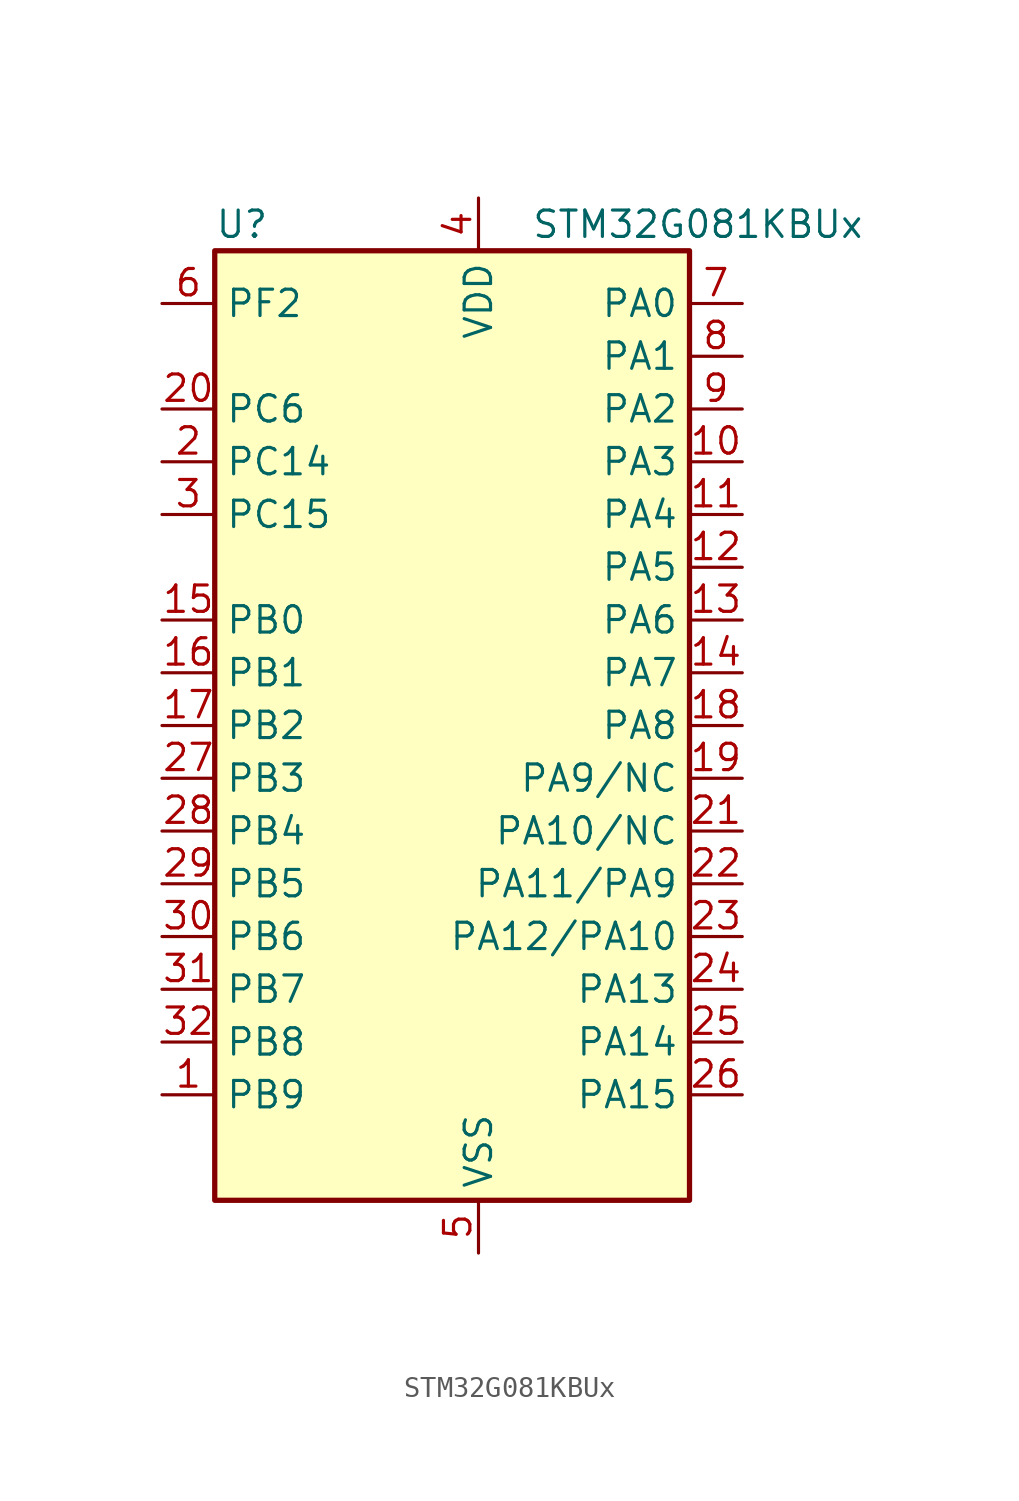
<source format=kicad_sym>
(kicad_symbol_lib
  (version 20211014)
  (generator kicad-library-utils)
  (symbol "STM32G081KBUx"
    (property "Reference" "U"
      (at -10.16 24.13 0)
      (effects (font (size 1.27 1.27)) (justify left)))
    (property "Value" "STM32G081KBUx"
      (at 5.08 24.13 0)
      (effects (font (size 1.27 1.27)) (justify left)))
    (property "ki_fp_filters" "QFN*1EP*5x5mm*P0.5mm*"
      (at 0.0 0.0 0.0)
      (effects (font (size 1.27 1.27))))
    (symbol "STM32G081KBUx_0_1"
      (rectangle (start -10.16 -22.86) (end 12.7 22.86) (stroke (width 0.254)) (fill (type background))))
    (symbol "STM32G081KBUx_1_1"
      (pin bidirectional line (at -12.7 20.32 0) (length 2.54) (name "PF2" (effects (font (size 1.27 1.27)))) (number "6" (effects (font (size 1.27 1.27)))) (alternate "RCC_MCO" bidirectional line))
      (pin bidirectional line (at -12.7 15.24 0) (length 2.54) (name "PC6" (effects (font (size 1.27 1.27)))) (number "20" (effects (font (size 1.27 1.27)))) (alternate "TIM2_CH3" bidirectional line) (alternate "TIM3_CH1" bidirectional line) (alternate "UCPD1_FRSTX1" bidirectional line) (alternate "UCPD1_FRSTX2" bidirectional line))
      (pin bidirectional line (at -12.7 12.7 0) (length 2.54) (name "PC14" (effects (font (size 1.27 1.27)))) (number "2" (effects (font (size 1.27 1.27)))) (alternate "RCC_OSC32_IN" bidirectional line) (alternate "RCC_OSC_IN" bidirectional line) (alternate "TIM1_BK2" bidirectional line))
      (pin bidirectional line (at -12.7 10.16 0) (length 2.54) (name "PC15" (effects (font (size 1.27 1.27)))) (number "3" (effects (font (size 1.27 1.27)))) (alternate "RCC_OSC32_EN" bidirectional line) (alternate "RCC_OSC32_OUT" bidirectional line) (alternate "RCC_OSC_EN" bidirectional line) (alternate "TIM15_BK" bidirectional line))
      (pin bidirectional line (at -12.7 5.08 0) (length 2.54) (name "PB0" (effects (font (size 1.27 1.27)))) (number "15" (effects (font (size 1.27 1.27)))) (alternate "ADC1_IN8" bidirectional line) (alternate "COMP1_OUT" bidirectional line) (alternate "I2S1_WS" bidirectional line) (alternate "LPTIM1_OUT" bidirectional line) (alternate "SPI1_NSS" bidirectional line) (alternate "TIM1_CH2N" bidirectional line) (alternate "TIM3_CH3" bidirectional line) (alternate "UCPD1_FRSTX1" bidirectional line) (alternate "UCPD1_FRSTX2" bidirectional line) (alternate "USART3_RX" bidirectional line))
      (pin bidirectional line (at -12.7 2.54 0) (length 2.54) (name "PB1" (effects (font (size 1.27 1.27)))) (number "16" (effects (font (size 1.27 1.27)))) (alternate "ADC1_IN9" bidirectional line) (alternate "COMP1_INM" bidirectional line) (alternate "LPTIM2_IN1" bidirectional line) (alternate "LPUART1_DE" bidirectional line) (alternate "LPUART1_RTS" bidirectional line) (alternate "TIM14_CH1" bidirectional line) (alternate "TIM1_CH3N" bidirectional line) (alternate "TIM3_CH4" bidirectional line) (alternate "USART3_CK" bidirectional line) (alternate "USART3_DE" bidirectional line) (alternate "USART3_RTS" bidirectional line))
      (pin bidirectional line (at -12.7 0.0 0) (length 2.54) (name "PB2" (effects (font (size 1.27 1.27)))) (number "17" (effects (font (size 1.27 1.27)))) (alternate "ADC1_IN10" bidirectional line) (alternate "COMP1_INP" bidirectional line) (alternate "LPTIM1_OUT" bidirectional line) (alternate "SPI2_MISO" bidirectional line) (alternate "USART3_TX" bidirectional line))
      (pin bidirectional line (at -12.7 -2.54 0) (length 2.54) (name "PB3" (effects (font (size 1.27 1.27)))) (number "27" (effects (font (size 1.27 1.27)))) (alternate "COMP2_INM" bidirectional line) (alternate "I2S1_CK" bidirectional line) (alternate "SPI1_SCK" bidirectional line) (alternate "TIM1_CH2" bidirectional line) (alternate "TIM2_CH2" bidirectional line) (alternate "USART1_CK" bidirectional line) (alternate "USART1_DE" bidirectional line) (alternate "USART1_RTS" bidirectional line))
      (pin bidirectional line (at -12.7 -5.08 0) (length 2.54) (name "PB4" (effects (font (size 1.27 1.27)))) (number "28" (effects (font (size 1.27 1.27)))) (alternate "COMP2_INP" bidirectional line) (alternate "I2S1_MCK" bidirectional line) (alternate "SPI1_MISO" bidirectional line) (alternate "TIM17_BK" bidirectional line) (alternate "TIM3_CH1" bidirectional line) (alternate "USART1_CTS" bidirectional line) (alternate "USART1_NSS" bidirectional line))
      (pin bidirectional line (at -12.7 -7.62 0) (length 2.54) (name "PB5" (effects (font (size 1.27 1.27)))) (number "29" (effects (font (size 1.27 1.27)))) (alternate "COMP2_OUT" bidirectional line) (alternate "I2C1_SMBA" bidirectional line) (alternate "I2S1_SD" bidirectional line) (alternate "LPTIM1_IN1" bidirectional line) (alternate "SPI1_MOSI" bidirectional line) (alternate "SYS_WKUP6" bidirectional line) (alternate "TIM16_BK" bidirectional line) (alternate "TIM3_CH2" bidirectional line))
      (pin bidirectional line (at -12.7 -10.16 0) (length 2.54) (name "PB6" (effects (font (size 1.27 1.27)))) (number "30" (effects (font (size 1.27 1.27)))) (alternate "COMP2_INP" bidirectional line) (alternate "I2C1_SCL" bidirectional line) (alternate "LPTIM1_ETR" bidirectional line) (alternate "SPI2_MISO" bidirectional line) (alternate "TIM16_CH1N" bidirectional line) (alternate "TIM1_CH3" bidirectional line) (alternate "USART1_TX" bidirectional line))
      (pin bidirectional line (at -12.7 -12.7 0) (length 2.54) (name "PB7" (effects (font (size 1.27 1.27)))) (number "31" (effects (font (size 1.27 1.27)))) (alternate "COMP2_INM" bidirectional line) (alternate "I2C1_SDA" bidirectional line) (alternate "LPTIM1_IN2" bidirectional line) (alternate "SPI2_MOSI" bidirectional line) (alternate "SYS_PVD_IN" bidirectional line) (alternate "TIM17_CH1N" bidirectional line) (alternate "USART1_RX" bidirectional line) (alternate "USART4_CTS" bidirectional line) (alternate "USART4_NSS" bidirectional line))
      (pin bidirectional line (at -12.7 -15.24 0) (length 2.54) (name "PB8" (effects (font (size 1.27 1.27)))) (number "32" (effects (font (size 1.27 1.27)))) (alternate "CEC" bidirectional line) (alternate "I2C1_SCL" bidirectional line) (alternate "SPI2_SCK" bidirectional line) (alternate "TIM15_BK" bidirectional line) (alternate "TIM16_CH1" bidirectional line) (alternate "USART3_TX" bidirectional line))
      (pin bidirectional line (at -12.7 -17.78 0) (length 2.54) (name "PB9" (effects (font (size 1.27 1.27)))) (number "1" (effects (font (size 1.27 1.27)))) (alternate "DAC1_EXTI9" bidirectional line) (alternate "I2C1_SDA" bidirectional line) (alternate "IR_OUT" bidirectional line) (alternate "SPI2_NSS" bidirectional line) (alternate "TIM17_CH1" bidirectional line) (alternate "USART3_RX" bidirectional line))
      (pin bidirectional line (at 15.24 20.32 180) (length 2.54) (name "PA0" (effects (font (size 1.27 1.27)))) (number "7" (effects (font (size 1.27 1.27)))) (alternate "ADC1_IN0" bidirectional line) (alternate "COMP1_INM" bidirectional line) (alternate "COMP1_OUT" bidirectional line) (alternate "LPTIM1_OUT" bidirectional line) (alternate "RTC_TAMP_IN2" bidirectional line) (alternate "SPI2_SCK" bidirectional line) (alternate "SYS_WKUP1" bidirectional line) (alternate "TIM2_CH1" bidirectional line) (alternate "TIM2_ETR" bidirectional line) (alternate "USART2_CTS" bidirectional line) (alternate "USART2_NSS" bidirectional line) (alternate "USART4_TX" bidirectional line))
      (pin bidirectional line (at 15.24 17.78 180) (length 2.54) (name "PA1" (effects (font (size 1.27 1.27)))) (number "8" (effects (font (size 1.27 1.27)))) (alternate "ADC1_IN1" bidirectional line) (alternate "COMP1_INP" bidirectional line) (alternate "I2C1_SMBA" bidirectional line) (alternate "I2S1_CK" bidirectional line) (alternate "SPI1_SCK" bidirectional line) (alternate "TIM15_CH1N" bidirectional line) (alternate "TIM2_CH2" bidirectional line) (alternate "USART2_CK" bidirectional line) (alternate "USART2_DE" bidirectional line) (alternate "USART2_RTS" bidirectional line) (alternate "USART4_RX" bidirectional line))
      (pin bidirectional line (at 15.24 15.24 180) (length 2.54) (name "PA2" (effects (font (size 1.27 1.27)))) (number "9" (effects (font (size 1.27 1.27)))) (alternate "ADC1_IN2" bidirectional line) (alternate "COMP2_INM" bidirectional line) (alternate "COMP2_OUT" bidirectional line) (alternate "I2S1_SD" bidirectional line) (alternate "LPUART1_TX" bidirectional line) (alternate "RCC_LSCO" bidirectional line) (alternate "SPI1_MOSI" bidirectional line) (alternate "SYS_WKUP4" bidirectional line) (alternate "TIM15_CH1" bidirectional line) (alternate "TIM2_CH3" bidirectional line) (alternate "UCPD1_FRSTX1" bidirectional line) (alternate "UCPD1_FRSTX2" bidirectional line) (alternate "USART2_TX" bidirectional line))
      (pin bidirectional line (at 15.24 12.7 180) (length 2.54) (name "PA3" (effects (font (size 1.27 1.27)))) (number "10" (effects (font (size 1.27 1.27)))) (alternate "ADC1_IN3" bidirectional line) (alternate "COMP2_INP" bidirectional line) (alternate "LPUART1_RX" bidirectional line) (alternate "SPI2_MISO" bidirectional line) (alternate "TIM15_CH2" bidirectional line) (alternate "TIM2_CH4" bidirectional line) (alternate "USART2_RX" bidirectional line))
      (pin bidirectional line (at 15.24 10.16 180) (length 2.54) (name "PA4" (effects (font (size 1.27 1.27)))) (number "11" (effects (font (size 1.27 1.27)))) (alternate "ADC1_IN4" bidirectional line) (alternate "DAC1_OUT1" bidirectional line) (alternate "I2S1_WS" bidirectional line) (alternate "LPTIM2_OUT" bidirectional line) (alternate "RTC_OUT_ALARM" bidirectional line) (alternate "RTC_OUT_CALIB" bidirectional line) (alternate "RTC_TAMP_IN1" bidirectional line) (alternate "RTC_TS" bidirectional line) (alternate "SPI1_NSS" bidirectional line) (alternate "SPI2_MOSI" bidirectional line) (alternate "SYS_WKUP2" bidirectional line) (alternate "TIM14_CH1" bidirectional line))
      (pin bidirectional line (at 15.24 7.62 180) (length 2.54) (name "PA5" (effects (font (size 1.27 1.27)))) (number "12" (effects (font (size 1.27 1.27)))) (alternate "ADC1_IN5" bidirectional line) (alternate "CEC" bidirectional line) (alternate "DAC1_OUT2" bidirectional line) (alternate "I2S1_CK" bidirectional line) (alternate "LPTIM2_ETR" bidirectional line) (alternate "SPI1_SCK" bidirectional line) (alternate "TIM2_CH1" bidirectional line) (alternate "TIM2_ETR" bidirectional line) (alternate "UCPD1_FRSTX1" bidirectional line) (alternate "UCPD1_FRSTX2" bidirectional line) (alternate "USART3_TX" bidirectional line))
      (pin bidirectional line (at 15.24 5.08 180) (length 2.54) (name "PA6" (effects (font (size 1.27 1.27)))) (number "13" (effects (font (size 1.27 1.27)))) (alternate "ADC1_IN6" bidirectional line) (alternate "COMP1_OUT" bidirectional line) (alternate "I2S1_MCK" bidirectional line) (alternate "LPUART1_CTS" bidirectional line) (alternate "SPI1_MISO" bidirectional line) (alternate "TIM16_CH1" bidirectional line) (alternate "TIM1_BK" bidirectional line) (alternate "TIM3_CH1" bidirectional line) (alternate "USART3_CTS" bidirectional line) (alternate "USART3_NSS" bidirectional line))
      (pin bidirectional line (at 15.24 2.54 180) (length 2.54) (name "PA7" (effects (font (size 1.27 1.27)))) (number "14" (effects (font (size 1.27 1.27)))) (alternate "ADC1_IN7" bidirectional line) (alternate "COMP2_OUT" bidirectional line) (alternate "I2S1_SD" bidirectional line) (alternate "SPI1_MOSI" bidirectional line) (alternate "TIM14_CH1" bidirectional line) (alternate "TIM17_CH1" bidirectional line) (alternate "TIM1_CH1N" bidirectional line) (alternate "TIM3_CH2" bidirectional line) (alternate "UCPD1_FRSTX1" bidirectional line) (alternate "UCPD1_FRSTX2" bidirectional line))
      (pin bidirectional line (at 15.24 0.0 180) (length 2.54) (name "PA8" (effects (font (size 1.27 1.27)))) (number "18" (effects (font (size 1.27 1.27)))) (alternate "LPTIM2_OUT" bidirectional line) (alternate "RCC_MCO" bidirectional line) (alternate "SPI2_NSS" bidirectional line) (alternate "TIM1_CH1" bidirectional line) (alternate "UCPD1_CC1" bidirectional line))
      (pin bidirectional line (at 15.24 -2.54 180) (length 2.54) (name "PA9/NC" (effects (font (size 1.27 1.27)))) (number "19" (effects (font (size 1.27 1.27)))) (alternate "DAC1_EXTI9" bidirectional line) (alternate "I2C1_SCL" bidirectional line) (alternate "RCC_MCO" bidirectional line) (alternate "SPI2_MISO" bidirectional line) (alternate "TIM15_BK" bidirectional line) (alternate "TIM1_CH2" bidirectional line) (alternate "UCPD1_DBCC1" bidirectional line) (alternate "USART1_TX" bidirectional line))
      (pin bidirectional line (at 15.24 -5.08 180) (length 2.54) (name "PA10/NC" (effects (font (size 1.27 1.27)))) (number "21" (effects (font (size 1.27 1.27)))) (alternate "I2C1_SDA" bidirectional line) (alternate "SPI2_MOSI" bidirectional line) (alternate "TIM17_BK" bidirectional line) (alternate "TIM1_CH3" bidirectional line) (alternate "UCPD1_DBCC2" bidirectional line) (alternate "USART1_RX" bidirectional line))
      (pin bidirectional line (at 15.24 -7.62 180) (length 2.54) (name "PA11/PA9" (effects (font (size 1.27 1.27)))) (number "22" (effects (font (size 1.27 1.27)))) (alternate "ADC1_EXTI11" bidirectional line) (alternate "COMP1_OUT" bidirectional line) (alternate "I2C2_SCL" bidirectional line) (alternate "I2S1_MCK" bidirectional line) (alternate "SPI1_MISO" bidirectional line) (alternate "TIM1_BK2" bidirectional line) (alternate "TIM1_CH4" bidirectional line) (alternate "USART1_CTS" bidirectional line) (alternate "USART1_NSS" bidirectional line))
      (pin bidirectional line (at 15.24 -10.16 180) (length 2.54) (name "PA12/PA10" (effects (font (size 1.27 1.27)))) (number "23" (effects (font (size 1.27 1.27)))) (alternate "COMP2_OUT" bidirectional line) (alternate "I2C2_SDA" bidirectional line) (alternate "I2S1_SD" bidirectional line) (alternate "I2S_CKIN" bidirectional line) (alternate "SPI1_MOSI" bidirectional line) (alternate "TIM1_ETR" bidirectional line) (alternate "USART1_CK" bidirectional line) (alternate "USART1_DE" bidirectional line) (alternate "USART1_RTS" bidirectional line))
      (pin bidirectional line (at 15.24 -12.7 180) (length 2.54) (name "PA13" (effects (font (size 1.27 1.27)))) (number "24" (effects (font (size 1.27 1.27)))) (alternate "IR_OUT" bidirectional line) (alternate "SYS_SWDIO" bidirectional line))
      (pin bidirectional line (at 15.24 -15.24 180) (length 2.54) (name "PA14" (effects (font (size 1.27 1.27)))) (number "25" (effects (font (size 1.27 1.27)))) (alternate "SYS_SWCLK" bidirectional line) (alternate "USART2_TX" bidirectional line))
      (pin bidirectional line (at 15.24 -17.78 180) (length 2.54) (name "PA15" (effects (font (size 1.27 1.27)))) (number "26" (effects (font (size 1.27 1.27)))) (alternate "I2S1_WS" bidirectional line) (alternate "SPI1_NSS" bidirectional line) (alternate "TIM2_CH1" bidirectional line) (alternate "TIM2_ETR" bidirectional line) (alternate "USART2_RX" bidirectional line) (alternate "USART3_CK" bidirectional line) (alternate "USART3_DE" bidirectional line) (alternate "USART3_RTS" bidirectional line) (alternate "USART4_CK" bidirectional line) (alternate "USART4_DE" bidirectional line) (alternate "USART4_RTS" bidirectional line))
      (pin power_in line (at 2.54 25.4 270) (length 2.54) (name "VDD" (effects (font (size 1.27 1.27)))) (number "4" (effects (font (size 1.27 1.27)))))
      (pin power_in line (at 2.54 -25.4 90) (length 2.54) (name "VSS" (effects (font (size 1.27 1.27)))) (number "5" (effects (font (size 1.27 1.27)))))
      (pin passive line (at 2.54 -25.4 90) (length 2.54) hide (name "VSS" (effects (font (size 1.27 1.27)))) (number "33" (effects (font (size 1.27 1.27))))))))
</source>
